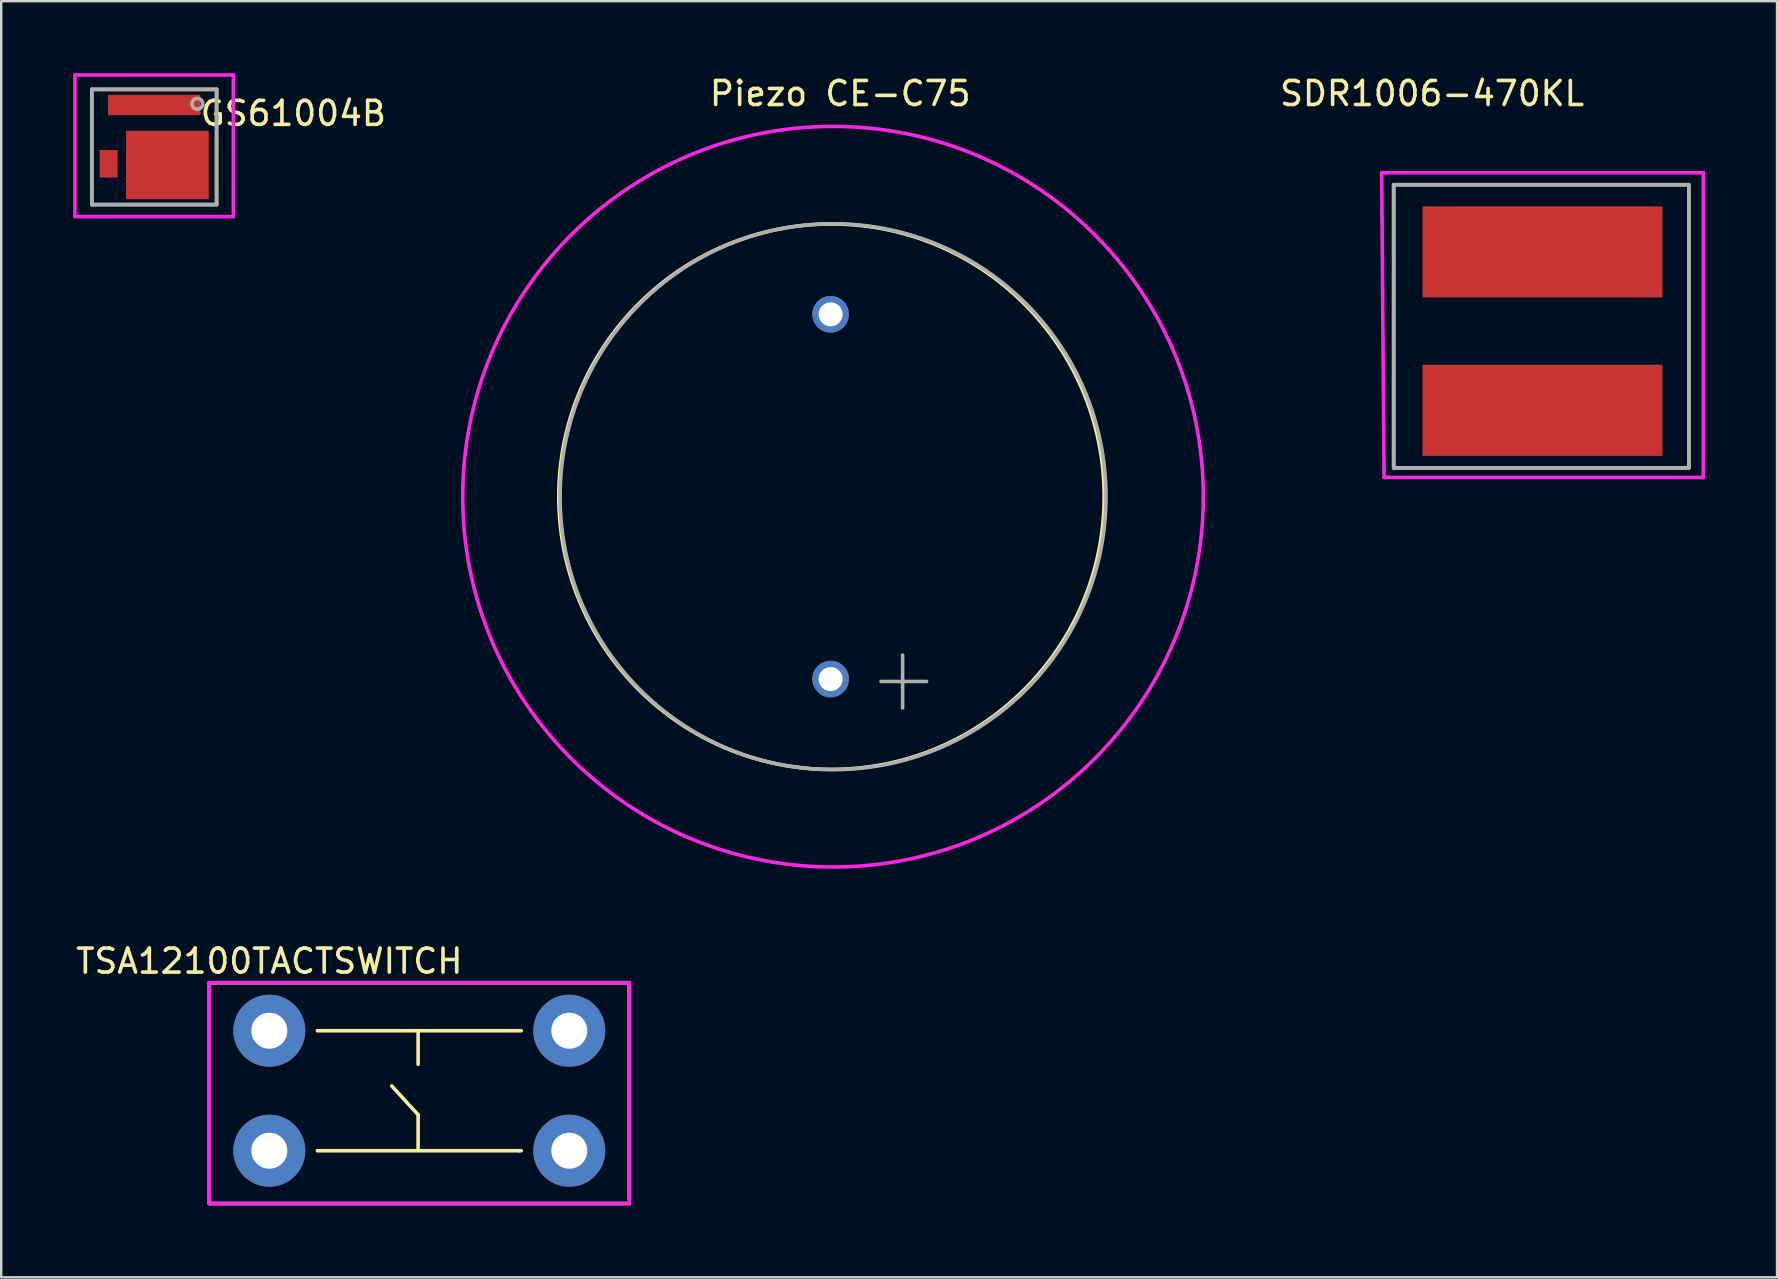
<source format=kicad_pcb>
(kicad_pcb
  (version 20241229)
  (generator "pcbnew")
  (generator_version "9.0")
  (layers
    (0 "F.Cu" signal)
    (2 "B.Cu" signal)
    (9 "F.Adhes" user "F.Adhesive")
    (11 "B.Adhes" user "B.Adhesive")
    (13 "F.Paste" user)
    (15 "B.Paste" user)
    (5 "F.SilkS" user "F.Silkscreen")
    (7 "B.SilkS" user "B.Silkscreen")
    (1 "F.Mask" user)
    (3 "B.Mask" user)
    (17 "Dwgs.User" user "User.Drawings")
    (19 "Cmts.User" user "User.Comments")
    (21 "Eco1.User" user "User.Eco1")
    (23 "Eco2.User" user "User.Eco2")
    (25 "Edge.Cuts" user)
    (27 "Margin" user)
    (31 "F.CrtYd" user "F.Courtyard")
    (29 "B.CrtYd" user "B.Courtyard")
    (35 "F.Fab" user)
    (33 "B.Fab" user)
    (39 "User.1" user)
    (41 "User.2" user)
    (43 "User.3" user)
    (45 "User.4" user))
  (footprint "SDR1006-470KL"
    (layer "F.Cu")
    (at 61.226 10.748)
    (property "Reference" "SDR1006-470KL" (at -4.6 -9.9 0) (layer "F.SilkS") (effects (font (size 1 1) (thickness 0.15))))
    (attr through_hole)
    (fp_line (start -6.2 5.6) (end -6.2 -6.1) (stroke (width 0.15) (type solid)) (layer "F.SilkS"))
    (fp_line (start -6.1 -6.1) (end 6.1 -6.1) (stroke (width 0.15) (type solid)) (layer "F.SilkS"))
    (fp_line (start 6 5.7) (end -6.2 5.7) (stroke (width 0.15) (type solid)) (layer "F.SilkS"))
    (fp_line (start 6.1 -6) (end 6.1 5.7) (stroke (width 0.15) (type solid)) (layer "F.SilkS"))
    (fp_line (start -6.7 -6.6) (end 6.7 -6.6) (stroke (width 0.15) (type solid)) (layer "F.CrtYd"))
    (fp_line (start -6.6 6.1) (end -6.7 -6.6) (stroke (width 0.15) (type solid)) (layer "F.CrtYd"))
    (fp_line (start 6.7 -6.6) (end 6.7 6.1) (stroke (width 0.15) (type solid)) (layer "F.CrtYd"))
    (fp_line (start 6.7 6.1) (end -6.6 6.1) (stroke (width 0.15) (type solid)) (layer "F.CrtYd"))
    (fp_line (start -6.2 -6.1) (end 6.1 -6.1) (stroke (width 0.15) (type solid)) (layer "F.Fab"))
    (fp_line (start -6.2 5.7) (end -6.2 -6.1) (stroke (width 0.15) (type solid)) (layer "F.Fab"))
    (fp_line (start 6.1 -6.1) (end 6.1 5.7) (stroke (width 0.15) (type solid)) (layer "F.Fab"))
    (fp_line (start 6.1 5.7) (end -6.2 5.7) (stroke (width 0.15) (type solid)) (layer "F.Fab"))
    (pad "1" smd rect (at 0 -3.3) (size 10 3.8) (layers "F.Cu" "F.Mask" "F.Paste"))
    (pad "2" smd rect (at 0 3.3) (size 10 3.8) (layers "F.Cu" "F.Mask" "F.Paste")))
  (footprint "GS61004B"
    (layer "F.Cu")
    (at 3.375 3.075)
    (property "Reference" "GS61004B" (at 5.8 -1.4 0) (layer "F.SilkS") (effects (font (size 1 1) (thickness 0.15))))
    (attr through_hole)
    (fp_line (start -2.6 -2.4) (end -2.6 2.4) (stroke (width 0.15) (type solid)) (layer "F.SilkS"))
    (fp_line (start -2.6 2.4) (end 2.6 2.4) (stroke (width 0.15) (type solid)) (layer "F.SilkS"))
    (fp_line (start 2.6 -2.4) (end -2.6 -2.4) (stroke (width 0.15) (type solid)) (layer "F.SilkS"))
    (fp_line (start 2.6 2.4) (end 2.6 -2.4) (stroke (width 0.15) (type solid)) (layer "F.SilkS"))
    (fp_line (start -3.3 -3) (end -3.3 2.9) (stroke (width 0.15) (type solid)) (layer "F.CrtYd"))
    (fp_line (start -3.3 2.9) (end 3.3 2.9) (stroke (width 0.15) (type solid)) (layer "F.CrtYd"))
    (fp_line (start 3.3 -3) (end -3.3 -3) (stroke (width 0.15) (type solid)) (layer "F.CrtYd"))
    (fp_line (start 3.3 2.9) (end 3.3 -3) (stroke (width 0.15) (type solid)) (layer "F.CrtYd"))
    (fp_line (start -2.6 -2.4) (end 2.6 -2.4) (stroke (width 0.15) (type solid)) (layer "F.Fab"))
    (fp_line (start -2.6 2.4) (end -2.6 -2.4) (stroke (width 0.15) (type solid)) (layer "F.Fab"))
    (fp_line (start 2.6 -2.4) (end 2.6 2.4) (stroke (width 0.15) (type solid)) (layer "F.Fab"))
    (fp_line (start 2.6 2.4) (end -2.6 2.4) (stroke (width 0.15) (type solid)) (layer "F.Fab"))
    (fp_circle (center 1.8 -1.8) (end 1.9 -1.6) (stroke (width 0.15) (type solid)) (fill no) (layer "F.Fab"))
    (pad "1" smd rect (at 0 -1.75) (size 3.85 0.85) (layers "F.Cu" "F.Mask" "F.Paste"))
    (pad "2" smd rect (at -1.9 0.7) (size 0.75 1.15) (layers "F.Cu" "F.Mask" "F.Paste"))
    (pad "3" smd rect (at 0.55 0.75) (size 3.45 2.85) (layers "F.Cu" "F.Mask" "F.Paste")))
  (footprint "TSA12100TACTSWITCH"
    (layer "F.Cu")
    (at 8.173 39.902)
    (property "Reference" "TSA12100TACTSWITCH" (at 0 -2.9 0) (layer "F.SilkS") (effects (font (size 1 1) (thickness 0.15))))
    (attr through_hole)
    (fp_line (start -2.5 -2) (end 15 -2) (stroke (width 0.15) (type solid)) (layer "F.SilkS"))
    (fp_line (start -2.5 7.2) (end -2.5 -2) (stroke (width 0.15) (type solid)) (layer "F.SilkS"))
    (fp_line (start 2 0) (end 10.5 0) (stroke (width 0.15) (type solid)) (layer "F.SilkS"))
    (fp_line (start 2 5) (end 10.4 5) (stroke (width 0.15) (type solid)) (layer "F.SilkS"))
    (fp_line (start 6.2 0) (end 6.2 1.4) (stroke (width 0.15) (type solid)) (layer "F.SilkS"))
    (fp_line (start 6.2 3.5) (end 5.1 2.3) (stroke (width 0.15) (type solid)) (layer "F.SilkS"))
    (fp_line (start 6.2 4.9) (end 6.2 3.5) (stroke (width 0.15) (type solid)) (layer "F.SilkS"))
    (fp_line (start 10.4 5) (end 10.5 5) (stroke (width 0.15) (type solid)) (layer "F.SilkS"))
    (fp_line (start 15 -2) (end 15 7) (stroke (width 0.15) (type solid)) (layer "F.SilkS"))
    (fp_line (start 15 7.2) (end -2.5 7.2) (stroke (width 0.15) (type solid)) (layer "F.SilkS"))
    (fp_line (start -2.5 -2) (end 15 -2) (stroke (width 0.15) (type solid)) (layer "F.CrtYd"))
    (fp_line (start -2.5 7.2) (end -2.5 -2) (stroke (width 0.15) (type solid)) (layer "F.CrtYd"))
    (fp_line (start 15 -2) (end 15 7.2) (stroke (width 0.15) (type solid)) (layer "F.CrtYd"))
    (fp_line (start 15 7.2) (end -2.5 7.2) (stroke (width 0.15) (type solid)) (layer "F.CrtYd"))
    (pad "1" thru_hole circle (at 0 0) (size 3 3) (drill 1.5) (layers "*.Cu" "*.Mask"))
    (pad "2" thru_hole circle (at 12.5 0) (size 3 3) (drill 1.5) (layers "*.Cu" "*.Mask"))
    (pad "3" thru_hole circle (at 0 5) (size 3 3) (drill 1.5) (layers "*.Cu" "*.Mask"))
    (pad "4" thru_hole circle (at 12.5 5) (size 3 3) (drill 1.5) (layers "*.Cu" "*.Mask")))
  (footprint "Piezo CE-C75"
    (layer "F.Cu")
    (at 31.563 17.648)
    (property "Reference" "Piezo CE-C75" (at 0.4 -16.8 0) (layer "F.SilkS") (effects (font (size 1 1) (thickness 0.15))))
    (attr through_hole)
    (fp_circle (center 0.036 0) (end 10.336 4.8) (stroke (width 0.15) (type solid)) (fill no) (layer "F.SilkS"))
    (fp_circle (center 0.1 0) (end 14 6.7) (stroke (width 0.15) (type solid)) (fill no) (layer "F.CrtYd"))
    (fp_line (start 2.1 7.7) (end 4 7.7) (stroke (width 0.15) (type solid)) (layer "F.Fab"))
    (fp_line (start 3 6.6) (end 3 8.8) (stroke (width 0.15) (type solid)) (layer "F.Fab"))
    (fp_circle (center 0.1 0) (end 10 5.6) (stroke (width 0.15) (type solid)) (fill no) (layer "F.Fab"))
    (pad "1" thru_hole circle (at 0 -7.6) (size 1.524 1.524) (drill 1) (layers "*.Cu" "F.Mask" "F.Paste"))
    (pad "2" thru_hole circle (at 0 7.6) (size 1.524 1.524) (drill 1) (layers "*.Cu" "F.Mask" "F.Paste")))
  (gr_rect
    (start -3 -3)
    (end 71.001 50.177)
    (stroke (width 0.1) (type default))
    (fill no)
    (layer "Edge.Cuts")))
</source>
